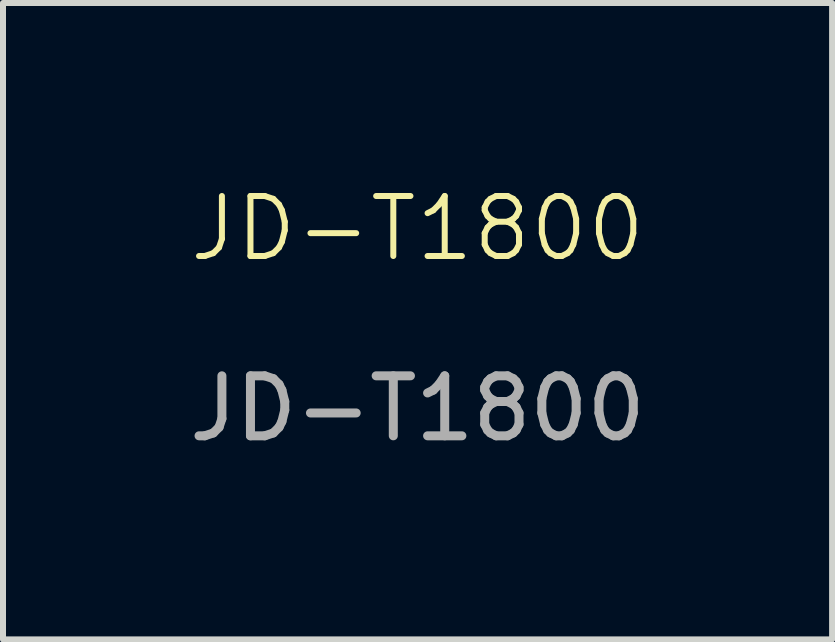
<source format=kicad_pcb>
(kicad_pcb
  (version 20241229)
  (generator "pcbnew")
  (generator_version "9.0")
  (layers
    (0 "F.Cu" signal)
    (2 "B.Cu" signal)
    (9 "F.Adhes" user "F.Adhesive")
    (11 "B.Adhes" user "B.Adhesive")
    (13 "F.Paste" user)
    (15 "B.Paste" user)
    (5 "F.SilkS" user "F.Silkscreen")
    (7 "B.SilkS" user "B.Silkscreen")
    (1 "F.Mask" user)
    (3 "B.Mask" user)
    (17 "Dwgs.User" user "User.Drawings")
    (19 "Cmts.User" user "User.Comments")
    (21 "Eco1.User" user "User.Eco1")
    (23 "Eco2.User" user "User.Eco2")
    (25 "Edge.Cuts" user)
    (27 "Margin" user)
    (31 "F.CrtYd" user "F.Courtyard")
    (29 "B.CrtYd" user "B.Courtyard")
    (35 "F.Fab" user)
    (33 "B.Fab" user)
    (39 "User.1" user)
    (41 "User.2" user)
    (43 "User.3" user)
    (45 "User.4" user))
  (footprint "JD-T1800"
    (layer "F.Cu")
    (at 3.911 1.26)
    (property "Reference" "JD-T1800" (at 0 -0.5 0) (unlocked yes) (layer "F.SilkS") (effects (font (size 1 1) (thickness 0.1))))
    (attr smd)
    (fp_text user "${REFERENCE}" (at 0 2.5 0) (unlocked yes) (layer "F.Fab") (effects (font (size 1 1) (thickness 0.15)))))
  (gr_rect
    (start -3 -3)
    (end 10.821 7.609)
    (stroke (width 0.1) (type default))
    (fill no)
    (layer "Edge.Cuts")))
</source>
